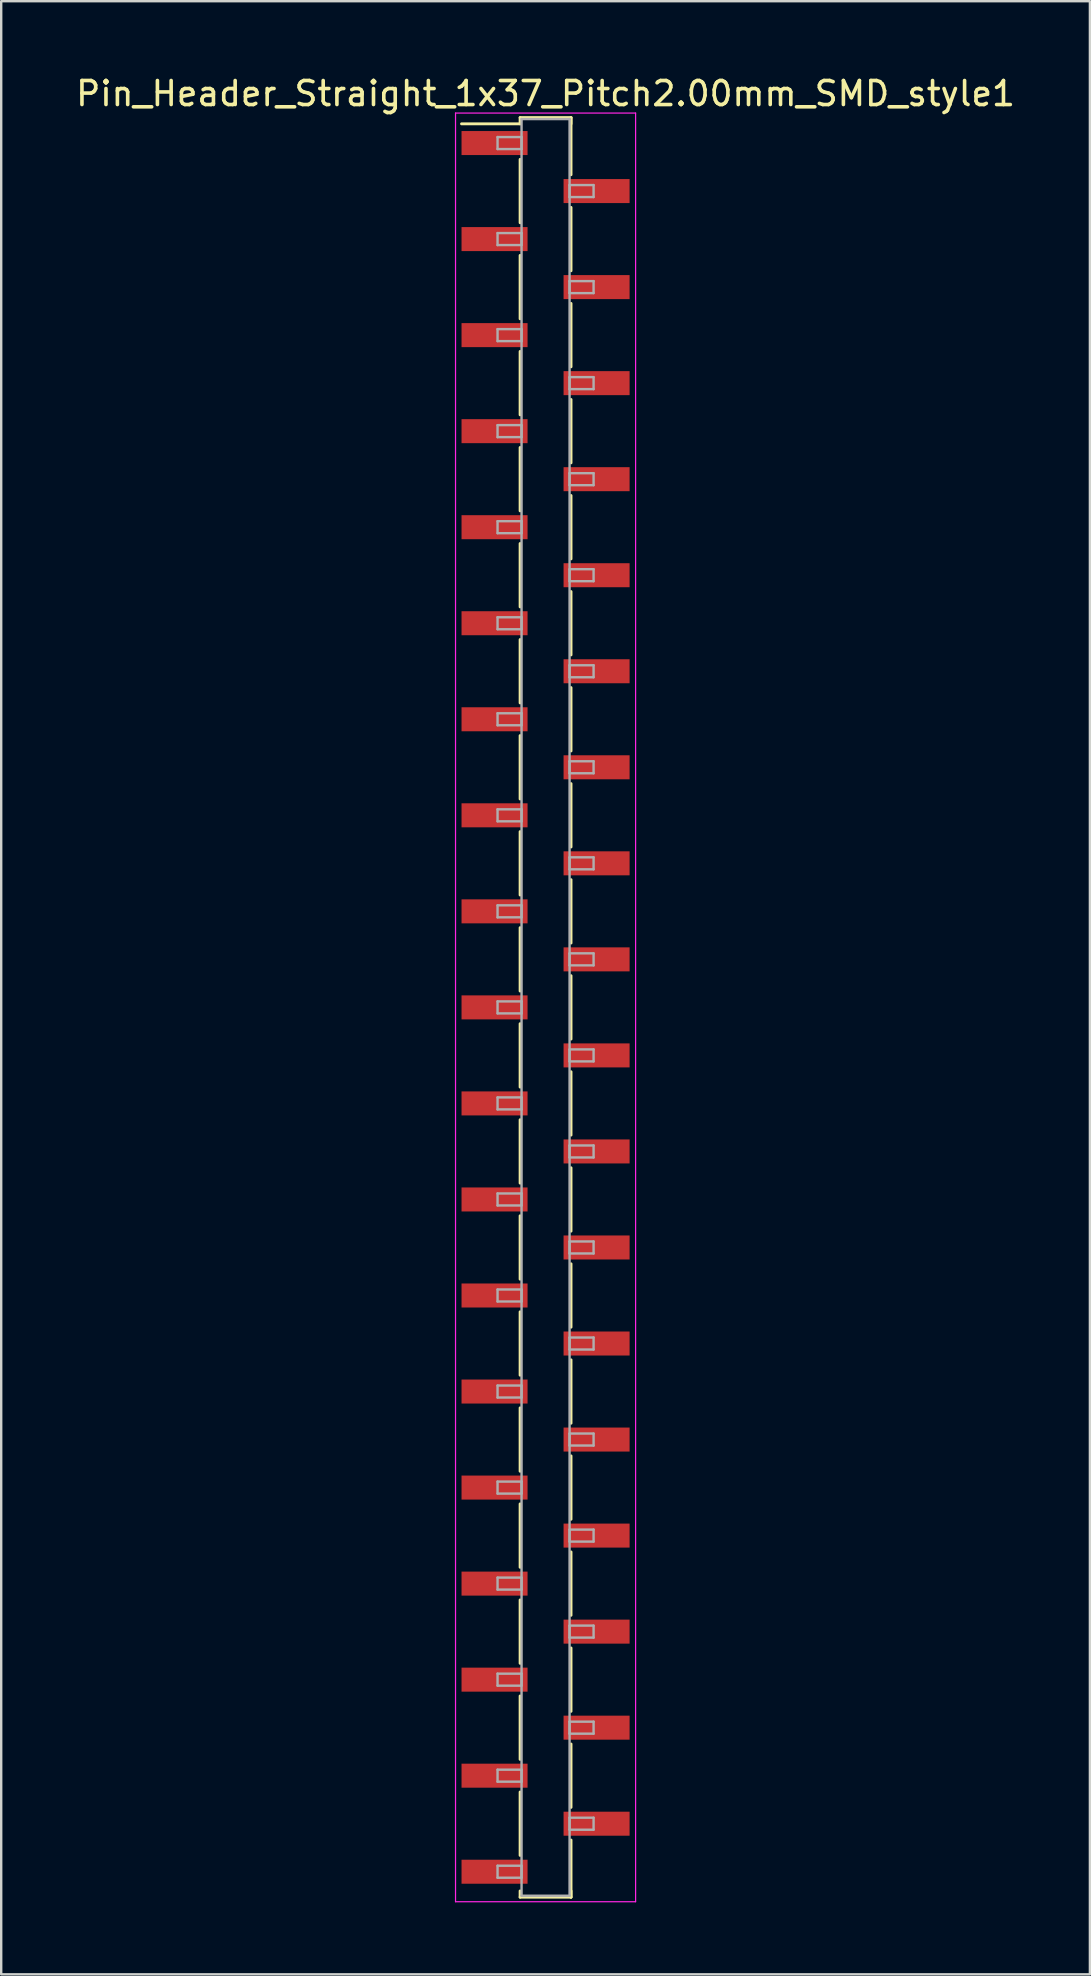
<source format=kicad_pcb>
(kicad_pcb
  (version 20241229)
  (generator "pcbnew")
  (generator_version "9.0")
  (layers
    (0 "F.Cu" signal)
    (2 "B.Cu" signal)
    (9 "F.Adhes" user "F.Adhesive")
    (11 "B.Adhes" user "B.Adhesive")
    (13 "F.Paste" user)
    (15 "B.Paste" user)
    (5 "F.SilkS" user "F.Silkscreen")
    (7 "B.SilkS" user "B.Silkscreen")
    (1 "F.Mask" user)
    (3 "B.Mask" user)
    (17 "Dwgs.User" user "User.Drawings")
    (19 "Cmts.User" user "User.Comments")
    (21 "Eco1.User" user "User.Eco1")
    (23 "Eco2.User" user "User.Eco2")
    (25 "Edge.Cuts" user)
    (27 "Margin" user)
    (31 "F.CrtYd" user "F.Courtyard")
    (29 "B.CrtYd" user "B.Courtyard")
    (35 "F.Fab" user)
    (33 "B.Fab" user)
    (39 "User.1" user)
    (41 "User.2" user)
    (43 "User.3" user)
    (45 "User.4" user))
  (footprint "Pin_Header_Straight_1x37_Pitch2.00mm_SMD_style1"
    (layer "F.Cu")
    (at 19.673 38.908)
    (property "Reference" "Pin_Header_Straight_1x37_Pitch2.00mm_SMD_style1" (at 0 -38.06 0) (layer "F.SilkS") (effects (font (size 1 1) (thickness 0.15))))
    (attr smd)
    (fp_line (start -1.06 -37.06) (end 1.06 -37.06) (stroke (width 0.12) (type solid)) (layer "F.SilkS"))
    (fp_line (start -1.06 -36.8) (end -3.5 -36.8) (stroke (width 0.12) (type solid)) (layer "F.SilkS"))
    (fp_line (start -1.06 -36.8) (end -1.06 -37.06) (stroke (width 0.12) (type solid)) (layer "F.SilkS"))
    (fp_line (start -1.06 -35.32) (end -1.06 -32.68) (stroke (width 0.12) (type solid)) (layer "F.SilkS"))
    (fp_line (start -1.06 -31.32) (end -1.06 -28.68) (stroke (width 0.12) (type solid)) (layer "F.SilkS"))
    (fp_line (start -1.06 -27.32) (end -1.06 -24.68) (stroke (width 0.12) (type solid)) (layer "F.SilkS"))
    (fp_line (start -1.06 -23.32) (end -1.06 -20.68) (stroke (width 0.12) (type solid)) (layer "F.SilkS"))
    (fp_line (start -1.06 -19.32) (end -1.06 -16.68) (stroke (width 0.12) (type solid)) (layer "F.SilkS"))
    (fp_line (start -1.06 -15.32) (end -1.06 -12.68) (stroke (width 0.12) (type solid)) (layer "F.SilkS"))
    (fp_line (start -1.06 -11.32) (end -1.06 -8.68) (stroke (width 0.12) (type solid)) (layer "F.SilkS"))
    (fp_line (start -1.06 -7.32) (end -1.06 -4.68) (stroke (width 0.12) (type solid)) (layer "F.SilkS"))
    (fp_line (start -1.06 -3.32) (end -1.06 -0.68) (stroke (width 0.12) (type solid)) (layer "F.SilkS"))
    (fp_line (start -1.06 0.68) (end -1.06 3.32) (stroke (width 0.12) (type solid)) (layer "F.SilkS"))
    (fp_line (start -1.06 4.68) (end -1.06 7.32) (stroke (width 0.12) (type solid)) (layer "F.SilkS"))
    (fp_line (start -1.06 8.68) (end -1.06 11.32) (stroke (width 0.12) (type solid)) (layer "F.SilkS"))
    (fp_line (start -1.06 12.68) (end -1.06 15.32) (stroke (width 0.12) (type solid)) (layer "F.SilkS"))
    (fp_line (start -1.06 16.68) (end -1.06 19.32) (stroke (width 0.12) (type solid)) (layer "F.SilkS"))
    (fp_line (start -1.06 20.68) (end -1.06 23.32) (stroke (width 0.12) (type solid)) (layer "F.SilkS"))
    (fp_line (start -1.06 24.68) (end -1.06 27.32) (stroke (width 0.12) (type solid)) (layer "F.SilkS"))
    (fp_line (start -1.06 28.68) (end -1.06 31.32) (stroke (width 0.12) (type solid)) (layer "F.SilkS"))
    (fp_line (start -1.06 32.68) (end -1.06 35.32) (stroke (width 0.12) (type solid)) (layer "F.SilkS"))
    (fp_line (start -1.06 36.8) (end -1.06 37.06) (stroke (width 0.12) (type solid)) (layer "F.SilkS"))
    (fp_line (start -1.06 37.06) (end 1.06 37.06) (stroke (width 0.12) (type solid)) (layer "F.SilkS"))
    (fp_line (start 1.06 -37.06) (end 1.06 -36.8) (stroke (width 0.12) (type solid)) (layer "F.SilkS"))
    (fp_line (start 1.06 -37.06) (end 1.06 -34.68) (stroke (width 0.12) (type solid)) (layer "F.SilkS"))
    (fp_line (start 1.06 -33.32) (end 1.06 -30.68) (stroke (width 0.12) (type solid)) (layer "F.SilkS"))
    (fp_line (start 1.06 -29.32) (end 1.06 -26.68) (stroke (width 0.12) (type solid)) (layer "F.SilkS"))
    (fp_line (start 1.06 -25.32) (end 1.06 -22.68) (stroke (width 0.12) (type solid)) (layer "F.SilkS"))
    (fp_line (start 1.06 -21.32) (end 1.06 -18.68) (stroke (width 0.12) (type solid)) (layer "F.SilkS"))
    (fp_line (start 1.06 -17.32) (end 1.06 -14.68) (stroke (width 0.12) (type solid)) (layer "F.SilkS"))
    (fp_line (start 1.06 -13.32) (end 1.06 -10.68) (stroke (width 0.12) (type solid)) (layer "F.SilkS"))
    (fp_line (start 1.06 -9.32) (end 1.06 -6.68) (stroke (width 0.12) (type solid)) (layer "F.SilkS"))
    (fp_line (start 1.06 -5.32) (end 1.06 -2.68) (stroke (width 0.12) (type solid)) (layer "F.SilkS"))
    (fp_line (start 1.06 -1.32) (end 1.06 1.32) (stroke (width 0.12) (type solid)) (layer "F.SilkS"))
    (fp_line (start 1.06 2.68) (end 1.06 5.32) (stroke (width 0.12) (type solid)) (layer "F.SilkS"))
    (fp_line (start 1.06 6.68) (end 1.06 9.32) (stroke (width 0.12) (type solid)) (layer "F.SilkS"))
    (fp_line (start 1.06 10.68) (end 1.06 13.32) (stroke (width 0.12) (type solid)) (layer "F.SilkS"))
    (fp_line (start 1.06 14.68) (end 1.06 17.32) (stroke (width 0.12) (type solid)) (layer "F.SilkS"))
    (fp_line (start 1.06 18.68) (end 1.06 21.32) (stroke (width 0.12) (type solid)) (layer "F.SilkS"))
    (fp_line (start 1.06 22.68) (end 1.06 25.32) (stroke (width 0.12) (type solid)) (layer "F.SilkS"))
    (fp_line (start 1.06 26.68) (end 1.06 29.32) (stroke (width 0.12) (type solid)) (layer "F.SilkS"))
    (fp_line (start 1.06 30.68) (end 1.06 33.32) (stroke (width 0.12) (type solid)) (layer "F.SilkS"))
    (fp_line (start 1.06 34.68) (end 1.06 37.06) (stroke (width 0.12) (type solid)) (layer "F.SilkS"))
    (fp_line (start 1.06 37.06) (end 1.06 36.8) (stroke (width 0.12) (type solid)) (layer "F.SilkS"))
    (fp_line (start -3.75 -37.25) (end -3.75 37.25) (stroke (width 0.05) (type solid)) (layer "F.CrtYd"))
    (fp_line (start -3.75 37.25) (end 3.75 37.25) (stroke (width 0.05) (type solid)) (layer "F.CrtYd"))
    (fp_line (start 3.75 -37.25) (end -3.75 -37.25) (stroke (width 0.05) (type solid)) (layer "F.CrtYd"))
    (fp_line (start 3.75 37.25) (end 3.75 -37.25) (stroke (width 0.05) (type solid)) (layer "F.CrtYd"))
    (fp_line (start -2 -36.25) (end -1 -36.25) (stroke (width 0.1) (type solid)) (layer "F.Fab"))
    (fp_line (start -2 -35.75) (end -2 -36.25) (stroke (width 0.1) (type solid)) (layer "F.Fab"))
    (fp_line (start -2 -32.25) (end -1 -32.25) (stroke (width 0.1) (type solid)) (layer "F.Fab"))
    (fp_line (start -2 -31.75) (end -2 -32.25) (stroke (width 0.1) (type solid)) (layer "F.Fab"))
    (fp_line (start -2 -28.25) (end -1 -28.25) (stroke (width 0.1) (type solid)) (layer "F.Fab"))
    (fp_line (start -2 -27.75) (end -2 -28.25) (stroke (width 0.1) (type solid)) (layer "F.Fab"))
    (fp_line (start -2 -24.25) (end -1 -24.25) (stroke (width 0.1) (type solid)) (layer "F.Fab"))
    (fp_line (start -2 -23.75) (end -2 -24.25) (stroke (width 0.1) (type solid)) (layer "F.Fab"))
    (fp_line (start -2 -20.25) (end -1 -20.25) (stroke (width 0.1) (type solid)) (layer "F.Fab"))
    (fp_line (start -2 -19.75) (end -2 -20.25) (stroke (width 0.1) (type solid)) (layer "F.Fab"))
    (fp_line (start -2 -16.25) (end -1 -16.25) (stroke (width 0.1) (type solid)) (layer "F.Fab"))
    (fp_line (start -2 -15.75) (end -2 -16.25) (stroke (width 0.1) (type solid)) (layer "F.Fab"))
    (fp_line (start -2 -12.25) (end -1 -12.25) (stroke (width 0.1) (type solid)) (layer "F.Fab"))
    (fp_line (start -2 -11.75) (end -2 -12.25) (stroke (width 0.1) (type solid)) (layer "F.Fab"))
    (fp_line (start -2 -8.25) (end -1 -8.25) (stroke (width 0.1) (type solid)) (layer "F.Fab"))
    (fp_line (start -2 -7.75) (end -2 -8.25) (stroke (width 0.1) (type solid)) (layer "F.Fab"))
    (fp_line (start -2 -4.25) (end -1 -4.25) (stroke (width 0.1) (type solid)) (layer "F.Fab"))
    (fp_line (start -2 -3.75) (end -2 -4.25) (stroke (width 0.1) (type solid)) (layer "F.Fab"))
    (fp_line (start -2 -0.25) (end -1 -0.25) (stroke (width 0.1) (type solid)) (layer "F.Fab"))
    (fp_line (start -2 0.25) (end -2 -0.25) (stroke (width 0.1) (type solid)) (layer "F.Fab"))
    (fp_line (start -2 3.75) (end -1 3.75) (stroke (width 0.1) (type solid)) (layer "F.Fab"))
    (fp_line (start -2 4.25) (end -2 3.75) (stroke (width 0.1) (type solid)) (layer "F.Fab"))
    (fp_line (start -2 7.75) (end -1 7.75) (stroke (width 0.1) (type solid)) (layer "F.Fab"))
    (fp_line (start -2 8.25) (end -2 7.75) (stroke (width 0.1) (type solid)) (layer "F.Fab"))
    (fp_line (start -2 11.75) (end -1 11.75) (stroke (width 0.1) (type solid)) (layer "F.Fab"))
    (fp_line (start -2 12.25) (end -2 11.75) (stroke (width 0.1) (type solid)) (layer "F.Fab"))
    (fp_line (start -2 15.75) (end -1 15.75) (stroke (width 0.1) (type solid)) (layer "F.Fab"))
    (fp_line (start -2 16.25) (end -2 15.75) (stroke (width 0.1) (type solid)) (layer "F.Fab"))
    (fp_line (start -2 19.75) (end -1 19.75) (stroke (width 0.1) (type solid)) (layer "F.Fab"))
    (fp_line (start -2 20.25) (end -2 19.75) (stroke (width 0.1) (type solid)) (layer "F.Fab"))
    (fp_line (start -2 23.75) (end -1 23.75) (stroke (width 0.1) (type solid)) (layer "F.Fab"))
    (fp_line (start -2 24.25) (end -2 23.75) (stroke (width 0.1) (type solid)) (layer "F.Fab"))
    (fp_line (start -2 27.75) (end -1 27.75) (stroke (width 0.1) (type solid)) (layer "F.Fab"))
    (fp_line (start -2 28.25) (end -2 27.75) (stroke (width 0.1) (type solid)) (layer "F.Fab"))
    (fp_line (start -2 31.75) (end -1 31.75) (stroke (width 0.1) (type solid)) (layer "F.Fab"))
    (fp_line (start -2 32.25) (end -2 31.75) (stroke (width 0.1) (type solid)) (layer "F.Fab"))
    (fp_line (start -2 35.75) (end -1 35.75) (stroke (width 0.1) (type solid)) (layer "F.Fab"))
    (fp_line (start -2 36.25) (end -2 35.75) (stroke (width 0.1) (type solid)) (layer "F.Fab"))
    (fp_line (start -1 -37) (end -1 37) (stroke (width 0.1) (type solid)) (layer "F.Fab"))
    (fp_line (start -1 -36.25) (end -1 -35.75) (stroke (width 0.1) (type solid)) (layer "F.Fab"))
    (fp_line (start -1 -35.75) (end -2 -35.75) (stroke (width 0.1) (type solid)) (layer "F.Fab"))
    (fp_line (start -1 -32.25) (end -1 -31.75) (stroke (width 0.1) (type solid)) (layer "F.Fab"))
    (fp_line (start -1 -31.75) (end -2 -31.75) (stroke (width 0.1) (type solid)) (layer "F.Fab"))
    (fp_line (start -1 -28.25) (end -1 -27.75) (stroke (width 0.1) (type solid)) (layer "F.Fab"))
    (fp_line (start -1 -27.75) (end -2 -27.75) (stroke (width 0.1) (type solid)) (layer "F.Fab"))
    (fp_line (start -1 -24.25) (end -1 -23.75) (stroke (width 0.1) (type solid)) (layer "F.Fab"))
    (fp_line (start -1 -23.75) (end -2 -23.75) (stroke (width 0.1) (type solid)) (layer "F.Fab"))
    (fp_line (start -1 -20.25) (end -1 -19.75) (stroke (width 0.1) (type solid)) (layer "F.Fab"))
    (fp_line (start -1 -19.75) (end -2 -19.75) (stroke (width 0.1) (type solid)) (layer "F.Fab"))
    (fp_line (start -1 -16.25) (end -1 -15.75) (stroke (width 0.1) (type solid)) (layer "F.Fab"))
    (fp_line (start -1 -15.75) (end -2 -15.75) (stroke (width 0.1) (type solid)) (layer "F.Fab"))
    (fp_line (start -1 -12.25) (end -1 -11.75) (stroke (width 0.1) (type solid)) (layer "F.Fab"))
    (fp_line (start -1 -11.75) (end -2 -11.75) (stroke (width 0.1) (type solid)) (layer "F.Fab"))
    (fp_line (start -1 -8.25) (end -1 -7.75) (stroke (width 0.1) (type solid)) (layer "F.Fab"))
    (fp_line (start -1 -7.75) (end -2 -7.75) (stroke (width 0.1) (type solid)) (layer "F.Fab"))
    (fp_line (start -1 -4.25) (end -1 -3.75) (stroke (width 0.1) (type solid)) (layer "F.Fab"))
    (fp_line (start -1 -3.75) (end -2 -3.75) (stroke (width 0.1) (type solid)) (layer "F.Fab"))
    (fp_line (start -1 -0.25) (end -1 0.25) (stroke (width 0.1) (type solid)) (layer "F.Fab"))
    (fp_line (start -1 0.25) (end -2 0.25) (stroke (width 0.1) (type solid)) (layer "F.Fab"))
    (fp_line (start -1 3.75) (end -1 4.25) (stroke (width 0.1) (type solid)) (layer "F.Fab"))
    (fp_line (start -1 4.25) (end -2 4.25) (stroke (width 0.1) (type solid)) (layer "F.Fab"))
    (fp_line (start -1 7.75) (end -1 8.25) (stroke (width 0.1) (type solid)) (layer "F.Fab"))
    (fp_line (start -1 8.25) (end -2 8.25) (stroke (width 0.1) (type solid)) (layer "F.Fab"))
    (fp_line (start -1 11.75) (end -1 12.25) (stroke (width 0.1) (type solid)) (layer "F.Fab"))
    (fp_line (start -1 12.25) (end -2 12.25) (stroke (width 0.1) (type solid)) (layer "F.Fab"))
    (fp_line (start -1 15.75) (end -1 16.25) (stroke (width 0.1) (type solid)) (layer "F.Fab"))
    (fp_line (start -1 16.25) (end -2 16.25) (stroke (width 0.1) (type solid)) (layer "F.Fab"))
    (fp_line (start -1 19.75) (end -1 20.25) (stroke (width 0.1) (type solid)) (layer "F.Fab"))
    (fp_line (start -1 20.25) (end -2 20.25) (stroke (width 0.1) (type solid)) (layer "F.Fab"))
    (fp_line (start -1 23.75) (end -1 24.25) (stroke (width 0.1) (type solid)) (layer "F.Fab"))
    (fp_line (start -1 24.25) (end -2 24.25) (stroke (width 0.1) (type solid)) (layer "F.Fab"))
    (fp_line (start -1 27.75) (end -1 28.25) (stroke (width 0.1) (type solid)) (layer "F.Fab"))
    (fp_line (start -1 28.25) (end -2 28.25) (stroke (width 0.1) (type solid)) (layer "F.Fab"))
    (fp_line (start -1 31.75) (end -1 32.25) (stroke (width 0.1) (type solid)) (layer "F.Fab"))
    (fp_line (start -1 32.25) (end -2 32.25) (stroke (width 0.1) (type solid)) (layer "F.Fab"))
    (fp_line (start -1 35.75) (end -1 36.25) (stroke (width 0.1) (type solid)) (layer "F.Fab"))
    (fp_line (start -1 36.25) (end -2 36.25) (stroke (width 0.1) (type solid)) (layer "F.Fab"))
    (fp_line (start -1 37) (end 1 37) (stroke (width 0.1) (type solid)) (layer "F.Fab"))
    (fp_line (start 1 -37) (end -1 -37) (stroke (width 0.1) (type solid)) (layer "F.Fab"))
    (fp_line (start 1 -34.25) (end 1 -33.75) (stroke (width 0.1) (type solid)) (layer "F.Fab"))
    (fp_line (start 1 -33.75) (end 2 -33.75) (stroke (width 0.1) (type solid)) (layer "F.Fab"))
    (fp_line (start 1 -30.25) (end 1 -29.75) (stroke (width 0.1) (type solid)) (layer "F.Fab"))
    (fp_line (start 1 -29.75) (end 2 -29.75) (stroke (width 0.1) (type solid)) (layer "F.Fab"))
    (fp_line (start 1 -26.25) (end 1 -25.75) (stroke (width 0.1) (type solid)) (layer "F.Fab"))
    (fp_line (start 1 -25.75) (end 2 -25.75) (stroke (width 0.1) (type solid)) (layer "F.Fab"))
    (fp_line (start 1 -22.25) (end 1 -21.75) (stroke (width 0.1) (type solid)) (layer "F.Fab"))
    (fp_line (start 1 -21.75) (end 2 -21.75) (stroke (width 0.1) (type solid)) (layer "F.Fab"))
    (fp_line (start 1 -18.25) (end 1 -17.75) (stroke (width 0.1) (type solid)) (layer "F.Fab"))
    (fp_line (start 1 -17.75) (end 2 -17.75) (stroke (width 0.1) (type solid)) (layer "F.Fab"))
    (fp_line (start 1 -14.25) (end 1 -13.75) (stroke (width 0.1) (type solid)) (layer "F.Fab"))
    (fp_line (start 1 -13.75) (end 2 -13.75) (stroke (width 0.1) (type solid)) (layer "F.Fab"))
    (fp_line (start 1 -10.25) (end 1 -9.75) (stroke (width 0.1) (type solid)) (layer "F.Fab"))
    (fp_line (start 1 -9.75) (end 2 -9.75) (stroke (width 0.1) (type solid)) (layer "F.Fab"))
    (fp_line (start 1 -6.25) (end 1 -5.75) (stroke (width 0.1) (type solid)) (layer "F.Fab"))
    (fp_line (start 1 -5.75) (end 2 -5.75) (stroke (width 0.1) (type solid)) (layer "F.Fab"))
    (fp_line (start 1 -2.25) (end 1 -1.75) (stroke (width 0.1) (type solid)) (layer "F.Fab"))
    (fp_line (start 1 -1.75) (end 2 -1.75) (stroke (width 0.1) (type solid)) (layer "F.Fab"))
    (fp_line (start 1 1.75) (end 1 2.25) (stroke (width 0.1) (type solid)) (layer "F.Fab"))
    (fp_line (start 1 2.25) (end 2 2.25) (stroke (width 0.1) (type solid)) (layer "F.Fab"))
    (fp_line (start 1 5.75) (end 1 6.25) (stroke (width 0.1) (type solid)) (layer "F.Fab"))
    (fp_line (start 1 6.25) (end 2 6.25) (stroke (width 0.1) (type solid)) (layer "F.Fab"))
    (fp_line (start 1 9.75) (end 1 10.25) (stroke (width 0.1) (type solid)) (layer "F.Fab"))
    (fp_line (start 1 10.25) (end 2 10.25) (stroke (width 0.1) (type solid)) (layer "F.Fab"))
    (fp_line (start 1 13.75) (end 1 14.25) (stroke (width 0.1) (type solid)) (layer "F.Fab"))
    (fp_line (start 1 14.25) (end 2 14.25) (stroke (width 0.1) (type solid)) (layer "F.Fab"))
    (fp_line (start 1 17.75) (end 1 18.25) (stroke (width 0.1) (type solid)) (layer "F.Fab"))
    (fp_line (start 1 18.25) (end 2 18.25) (stroke (width 0.1) (type solid)) (layer "F.Fab"))
    (fp_line (start 1 21.75) (end 1 22.25) (stroke (width 0.1) (type solid)) (layer "F.Fab"))
    (fp_line (start 1 22.25) (end 2 22.25) (stroke (width 0.1) (type solid)) (layer "F.Fab"))
    (fp_line (start 1 25.75) (end 1 26.25) (stroke (width 0.1) (type solid)) (layer "F.Fab"))
    (fp_line (start 1 26.25) (end 2 26.25) (stroke (width 0.1) (type solid)) (layer "F.Fab"))
    (fp_line (start 1 29.75) (end 1 30.25) (stroke (width 0.1) (type solid)) (layer "F.Fab"))
    (fp_line (start 1 30.25) (end 2 30.25) (stroke (width 0.1) (type solid)) (layer "F.Fab"))
    (fp_line (start 1 33.75) (end 1 34.25) (stroke (width 0.1) (type solid)) (layer "F.Fab"))
    (fp_line (start 1 34.25) (end 2 34.25) (stroke (width 0.1) (type solid)) (layer "F.Fab"))
    (fp_line (start 1 37) (end 1 -37) (stroke (width 0.1) (type solid)) (layer "F.Fab"))
    (fp_line (start 2 -34.25) (end 1 -34.25) (stroke (width 0.1) (type solid)) (layer "F.Fab"))
    (fp_line (start 2 -33.75) (end 2 -34.25) (stroke (width 0.1) (type solid)) (layer "F.Fab"))
    (fp_line (start 2 -30.25) (end 1 -30.25) (stroke (width 0.1) (type solid)) (layer "F.Fab"))
    (fp_line (start 2 -29.75) (end 2 -30.25) (stroke (width 0.1) (type solid)) (layer "F.Fab"))
    (fp_line (start 2 -26.25) (end 1 -26.25) (stroke (width 0.1) (type solid)) (layer "F.Fab"))
    (fp_line (start 2 -25.75) (end 2 -26.25) (stroke (width 0.1) (type solid)) (layer "F.Fab"))
    (fp_line (start 2 -22.25) (end 1 -22.25) (stroke (width 0.1) (type solid)) (layer "F.Fab"))
    (fp_line (start 2 -21.75) (end 2 -22.25) (stroke (width 0.1) (type solid)) (layer "F.Fab"))
    (fp_line (start 2 -18.25) (end 1 -18.25) (stroke (width 0.1) (type solid)) (layer "F.Fab"))
    (fp_line (start 2 -17.75) (end 2 -18.25) (stroke (width 0.1) (type solid)) (layer "F.Fab"))
    (fp_line (start 2 -14.25) (end 1 -14.25) (stroke (width 0.1) (type solid)) (layer "F.Fab"))
    (fp_line (start 2 -13.75) (end 2 -14.25) (stroke (width 0.1) (type solid)) (layer "F.Fab"))
    (fp_line (start 2 -10.25) (end 1 -10.25) (stroke (width 0.1) (type solid)) (layer "F.Fab"))
    (fp_line (start 2 -9.75) (end 2 -10.25) (stroke (width 0.1) (type solid)) (layer "F.Fab"))
    (fp_line (start 2 -6.25) (end 1 -6.25) (stroke (width 0.1) (type solid)) (layer "F.Fab"))
    (fp_line (start 2 -5.75) (end 2 -6.25) (stroke (width 0.1) (type solid)) (layer "F.Fab"))
    (fp_line (start 2 -2.25) (end 1 -2.25) (stroke (width 0.1) (type solid)) (layer "F.Fab"))
    (fp_line (start 2 -1.75) (end 2 -2.25) (stroke (width 0.1) (type solid)) (layer "F.Fab"))
    (fp_line (start 2 1.75) (end 1 1.75) (stroke (width 0.1) (type solid)) (layer "F.Fab"))
    (fp_line (start 2 2.25) (end 2 1.75) (stroke (width 0.1) (type solid)) (layer "F.Fab"))
    (fp_line (start 2 5.75) (end 1 5.75) (stroke (width 0.1) (type solid)) (layer "F.Fab"))
    (fp_line (start 2 6.25) (end 2 5.75) (stroke (width 0.1) (type solid)) (layer "F.Fab"))
    (fp_line (start 2 9.75) (end 1 9.75) (stroke (width 0.1) (type solid)) (layer "F.Fab"))
    (fp_line (start 2 10.25) (end 2 9.75) (stroke (width 0.1) (type solid)) (layer "F.Fab"))
    (fp_line (start 2 13.75) (end 1 13.75) (stroke (width 0.1) (type solid)) (layer "F.Fab"))
    (fp_line (start 2 14.25) (end 2 13.75) (stroke (width 0.1) (type solid)) (layer "F.Fab"))
    (fp_line (start 2 17.75) (end 1 17.75) (stroke (width 0.1) (type solid)) (layer "F.Fab"))
    (fp_line (start 2 18.25) (end 2 17.75) (stroke (width 0.1) (type solid)) (layer "F.Fab"))
    (fp_line (start 2 21.75) (end 1 21.75) (stroke (width 0.1) (type solid)) (layer "F.Fab"))
    (fp_line (start 2 22.25) (end 2 21.75) (stroke (width 0.1) (type solid)) (layer "F.Fab"))
    (fp_line (start 2 25.75) (end 1 25.75) (stroke (width 0.1) (type solid)) (layer "F.Fab"))
    (fp_line (start 2 26.25) (end 2 25.75) (stroke (width 0.1) (type solid)) (layer "F.Fab"))
    (fp_line (start 2 29.75) (end 1 29.75) (stroke (width 0.1) (type solid)) (layer "F.Fab"))
    (fp_line (start 2 30.25) (end 2 29.75) (stroke (width 0.1) (type solid)) (layer "F.Fab"))
    (fp_line (start 2 33.75) (end 1 33.75) (stroke (width 0.1) (type solid)) (layer "F.Fab"))
    (fp_line (start 2 34.25) (end 2 33.75) (stroke (width 0.1) (type solid)) (layer "F.Fab"))
    (pad "1" smd rect (at -2.125 -36) (size 2.75 1) (layers "F.Cu" "F.Mask"))
    (pad "2" smd rect (at 2.125 -34) (size 2.75 1) (layers "F.Cu" "F.Mask"))
    (pad "3" smd rect (at -2.125 -32) (size 2.75 1) (layers "F.Cu" "F.Mask"))
    (pad "4" smd rect (at 2.125 -30) (size 2.75 1) (layers "F.Cu" "F.Mask"))
    (pad "5" smd rect (at -2.125 -28) (size 2.75 1) (layers "F.Cu" "F.Mask"))
    (pad "6" smd rect (at 2.125 -26) (size 2.75 1) (layers "F.Cu" "F.Mask"))
    (pad "7" smd rect (at -2.125 -24) (size 2.75 1) (layers "F.Cu" "F.Mask"))
    (pad "8" smd rect (at 2.125 -22) (size 2.75 1) (layers "F.Cu" "F.Mask"))
    (pad "9" smd rect (at -2.125 -20) (size 2.75 1) (layers "F.Cu" "F.Mask"))
    (pad "10" smd rect (at 2.125 -18) (size 2.75 1) (layers "F.Cu" "F.Mask"))
    (pad "11" smd rect (at -2.125 -16) (size 2.75 1) (layers "F.Cu" "F.Mask"))
    (pad "12" smd rect (at 2.125 -14) (size 2.75 1) (layers "F.Cu" "F.Mask"))
    (pad "13" smd rect (at -2.125 -12) (size 2.75 1) (layers "F.Cu" "F.Mask"))
    (pad "14" smd rect (at 2.125 -10) (size 2.75 1) (layers "F.Cu" "F.Mask"))
    (pad "15" smd rect (at -2.125 -8) (size 2.75 1) (layers "F.Cu" "F.Mask"))
    (pad "16" smd rect (at 2.125 -6) (size 2.75 1) (layers "F.Cu" "F.Mask"))
    (pad "17" smd rect (at -2.125 -4) (size 2.75 1) (layers "F.Cu" "F.Mask"))
    (pad "18" smd rect (at 2.125 -2) (size 2.75 1) (layers "F.Cu" "F.Mask"))
    (pad "19" smd rect (at -2.125 0) (size 2.75 1) (layers "F.Cu" "F.Mask"))
    (pad "20" smd rect (at 2.125 2) (size 2.75 1) (layers "F.Cu" "F.Mask"))
    (pad "21" smd rect (at -2.125 4) (size 2.75 1) (layers "F.Cu" "F.Mask"))
    (pad "22" smd rect (at 2.125 6) (size 2.75 1) (layers "F.Cu" "F.Mask"))
    (pad "23" smd rect (at -2.125 8) (size 2.75 1) (layers "F.Cu" "F.Mask"))
    (pad "24" smd rect (at 2.125 10) (size 2.75 1) (layers "F.Cu" "F.Mask"))
    (pad "25" smd rect (at -2.125 12) (size 2.75 1) (layers "F.Cu" "F.Mask"))
    (pad "26" smd rect (at 2.125 14) (size 2.75 1) (layers "F.Cu" "F.Mask"))
    (pad "27" smd rect (at -2.125 16) (size 2.75 1) (layers "F.Cu" "F.Mask"))
    (pad "28" smd rect (at 2.125 18) (size 2.75 1) (layers "F.Cu" "F.Mask"))
    (pad "29" smd rect (at -2.125 20) (size 2.75 1) (layers "F.Cu" "F.Mask"))
    (pad "30" smd rect (at 2.125 22) (size 2.75 1) (layers "F.Cu" "F.Mask"))
    (pad "31" smd rect (at -2.125 24) (size 2.75 1) (layers "F.Cu" "F.Mask"))
    (pad "32" smd rect (at 2.125 26) (size 2.75 1) (layers "F.Cu" "F.Mask"))
    (pad "33" smd rect (at -2.125 28) (size 2.75 1) (layers "F.Cu" "F.Mask"))
    (pad "34" smd rect (at 2.125 30) (size 2.75 1) (layers "F.Cu" "F.Mask"))
    (pad "35" smd rect (at -2.125 32) (size 2.75 1) (layers "F.Cu" "F.Mask"))
    (pad "36" smd rect (at 2.125 34) (size 2.75 1) (layers "F.Cu" "F.Mask"))
    (pad "37" smd rect (at -2.125 36) (size 2.75 1) (layers "F.Cu" "F.Mask")))
  (gr_rect
    (start -3 -3)
    (end 42.345 79.183)
    (stroke (width 0.1) (type default))
    (fill no)
    (layer "Edge.Cuts")))
</source>
